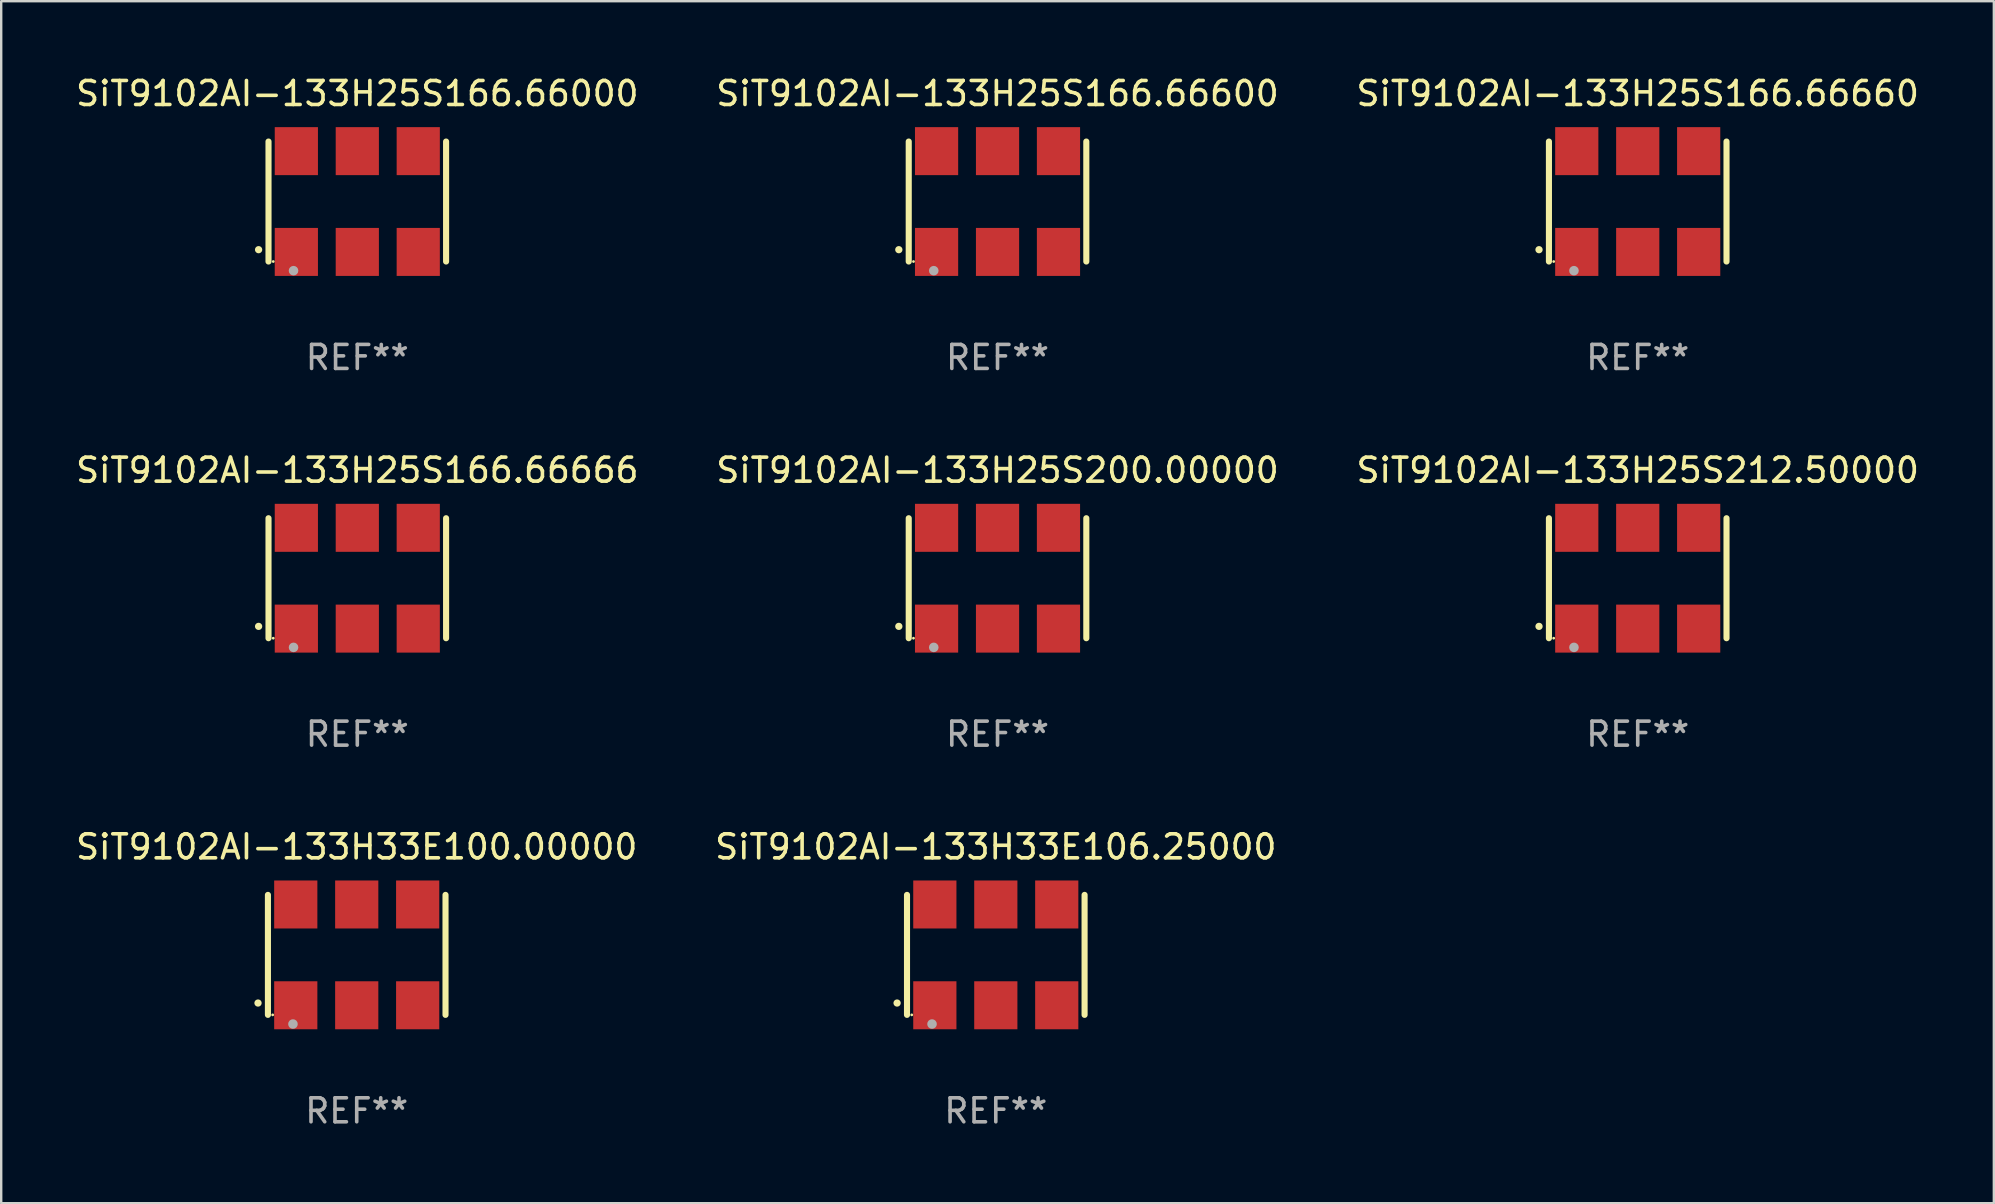
<source format=kicad_pcb>
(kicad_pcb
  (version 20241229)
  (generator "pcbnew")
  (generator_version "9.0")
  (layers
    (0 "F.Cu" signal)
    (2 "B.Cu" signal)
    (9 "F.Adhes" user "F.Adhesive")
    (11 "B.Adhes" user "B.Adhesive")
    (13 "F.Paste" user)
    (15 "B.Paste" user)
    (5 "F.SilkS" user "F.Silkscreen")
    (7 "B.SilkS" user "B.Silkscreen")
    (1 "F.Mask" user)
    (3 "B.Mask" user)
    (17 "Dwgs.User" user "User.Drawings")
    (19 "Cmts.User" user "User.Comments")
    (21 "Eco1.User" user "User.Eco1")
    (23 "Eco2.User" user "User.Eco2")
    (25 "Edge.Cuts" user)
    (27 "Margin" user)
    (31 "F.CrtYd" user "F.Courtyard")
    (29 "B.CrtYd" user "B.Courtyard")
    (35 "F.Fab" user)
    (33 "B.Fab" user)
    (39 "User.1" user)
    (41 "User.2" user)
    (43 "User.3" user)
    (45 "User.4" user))
  (footprint "SiT9102AI-133H33E106.25000"
    (layer "F.Cu")
    (at 38.446 36.741)
    (property "Reference" "SiT9102AI-133H33E106.25000" (at 0 -4.5 0) (layer "F.SilkS") (effects (font (size 1 1) (thickness 0.15))))
    (attr through_hole)
    (fp_line (start -3.7 -2.5) (end -3.7 2.5) (stroke (width 0.254) (type solid)) (layer "F.SilkS"))
    (fp_line (start 3.7 -2.5) (end 3.7 2.5) (stroke (width 0.254) (type solid)) (layer "F.SilkS"))
    (fp_arc (start -4.114415 2.006604) (mid -4.113145 2.006599) (end -4.111875 2.006604) (stroke (width 0.3) (type solid)) (layer "F.SilkS"))
    (fp_circle (center -3.502 2.5) (end -3.472 2.5) (stroke (width 0.06) (type solid)) (fill no) (layer "F.SilkS"))
    (fp_circle (center -2.657 2.882) (end -2.557 2.882) (stroke (width 0.2) (type solid)) (fill no) (layer "F.Fab"))
    (fp_text user "REF**" (at 0 6.5 0) (layer "F.Fab") (effects (font (size 1 1) (thickness 0.15))))
    (pad "1" smd rect (at -2.54 2.1) (size 1.8 2) (layers "F.Cu" "F.Mask" "F.Paste"))
    (pad "2" smd rect (at 0.000394 2.1) (size 1.8 2) (layers "F.Cu" "F.Mask" "F.Paste"))
    (pad "3" smd rect (at 2.54 2.1) (size 1.8 2) (layers "F.Cu" "F.Mask" "F.Paste"))
    (pad "4" smd rect (at 2.54 -2.1) (size 1.8 2) (layers "F.Cu" "F.Mask" "F.Paste"))
    (pad "5" smd rect (at 0.000394 -2.1) (size 1.8 2) (layers "F.Cu" "F.Mask" "F.Paste"))
    (pad "6" smd rect (at -2.54 -2.1) (size 1.8 2) (layers "F.Cu" "F.Mask" "F.Paste")))
  (footprint "SiT9102AI-133H25S166.66666"
    (layer "F.Cu")
    (at 11.839 21.045)
    (property "Reference" "SiT9102AI-133H25S166.66666" (at 0 -4.5 0) (layer "F.SilkS") (effects (font (size 1 1) (thickness 0.15))))
    (attr through_hole)
    (fp_line (start -3.7 -2.5) (end -3.7 2.5) (stroke (width 0.254) (type solid)) (layer "F.SilkS"))
    (fp_line (start 3.7 -2.5) (end 3.7 2.5) (stroke (width 0.254) (type solid)) (layer "F.SilkS"))
    (fp_arc (start -4.114415 2.006604) (mid -4.113145 2.006599) (end -4.111875 2.006604) (stroke (width 0.3) (type solid)) (layer "F.SilkS"))
    (fp_circle (center -3.502 2.5) (end -3.472 2.5) (stroke (width 0.06) (type solid)) (fill no) (layer "F.SilkS"))
    (fp_circle (center -2.657 2.882) (end -2.557 2.882) (stroke (width 0.2) (type solid)) (fill no) (layer "F.Fab"))
    (fp_text user "REF**" (at 0 6.5 0) (layer "F.Fab") (effects (font (size 1 1) (thickness 0.15))))
    (pad "1" smd rect (at -2.54 2.1) (size 1.8 2) (layers "F.Cu" "F.Mask" "F.Paste"))
    (pad "2" smd rect (at 0.000394 2.1) (size 1.8 2) (layers "F.Cu" "F.Mask" "F.Paste"))
    (pad "3" smd rect (at 2.54 2.1) (size 1.8 2) (layers "F.Cu" "F.Mask" "F.Paste"))
    (pad "4" smd rect (at 2.54 -2.1) (size 1.8 2) (layers "F.Cu" "F.Mask" "F.Paste"))
    (pad "5" smd rect (at 0.000394 -2.1) (size 1.8 2) (layers "F.Cu" "F.Mask" "F.Paste"))
    (pad "6" smd rect (at -2.54 -2.1) (size 1.8 2) (layers "F.Cu" "F.Mask" "F.Paste")))
  (footprint "SiT9102AI-133H25S166.66600"
    (layer "F.Cu")
    (at 38.518 5.348)
    (property "Reference" "SiT9102AI-133H25S166.66600" (at 0 -4.5 0) (layer "F.SilkS") (effects (font (size 1 1) (thickness 0.15))))
    (attr through_hole)
    (fp_line (start -3.7 -2.5) (end -3.7 2.5) (stroke (width 0.254) (type solid)) (layer "F.SilkS"))
    (fp_line (start 3.7 -2.5) (end 3.7 2.5) (stroke (width 0.254) (type solid)) (layer "F.SilkS"))
    (fp_arc (start -4.114415 2.006604) (mid -4.113145 2.006599) (end -4.111875 2.006604) (stroke (width 0.3) (type solid)) (layer "F.SilkS"))
    (fp_circle (center -3.502 2.5) (end -3.472 2.5) (stroke (width 0.06) (type solid)) (fill no) (layer "F.SilkS"))
    (fp_circle (center -2.657 2.882) (end -2.557 2.882) (stroke (width 0.2) (type solid)) (fill no) (layer "F.Fab"))
    (fp_text user "REF**" (at 0 6.5 0) (layer "F.Fab") (effects (font (size 1 1) (thickness 0.15))))
    (pad "1" smd rect (at -2.54 2.1) (size 1.8 2) (layers "F.Cu" "F.Mask" "F.Paste"))
    (pad "2" smd rect (at 0.000394 2.1) (size 1.8 2) (layers "F.Cu" "F.Mask" "F.Paste"))
    (pad "3" smd rect (at 2.54 2.1) (size 1.8 2) (layers "F.Cu" "F.Mask" "F.Paste"))
    (pad "4" smd rect (at 2.54 -2.1) (size 1.8 2) (layers "F.Cu" "F.Mask" "F.Paste"))
    (pad "5" smd rect (at 0.000394 -2.1) (size 1.8 2) (layers "F.Cu" "F.Mask" "F.Paste"))
    (pad "6" smd rect (at -2.54 -2.1) (size 1.8 2) (layers "F.Cu" "F.Mask" "F.Paste")))
  (footprint "SiT9102AI-133H25S212.50000"
    (layer "F.Cu")
    (at 65.196 21.045)
    (property "Reference" "SiT9102AI-133H25S212.50000" (at 0 -4.5 0) (layer "F.SilkS") (effects (font (size 1 1) (thickness 0.15))))
    (attr through_hole)
    (fp_line (start -3.7 -2.5) (end -3.7 2.5) (stroke (width 0.254) (type solid)) (layer "F.SilkS"))
    (fp_line (start 3.7 -2.5) (end 3.7 2.5) (stroke (width 0.254) (type solid)) (layer "F.SilkS"))
    (fp_arc (start -4.114415 2.006604) (mid -4.113145 2.006599) (end -4.111875 2.006604) (stroke (width 0.3) (type solid)) (layer "F.SilkS"))
    (fp_circle (center -3.502 2.5) (end -3.472 2.5) (stroke (width 0.06) (type solid)) (fill no) (layer "F.SilkS"))
    (fp_circle (center -2.657 2.882) (end -2.557 2.882) (stroke (width 0.2) (type solid)) (fill no) (layer "F.Fab"))
    (fp_text user "REF**" (at 0 6.5 0) (layer "F.Fab") (effects (font (size 1 1) (thickness 0.15))))
    (pad "1" smd rect (at -2.54 2.1) (size 1.8 2) (layers "F.Cu" "F.Mask" "F.Paste"))
    (pad "2" smd rect (at 0.000394 2.1) (size 1.8 2) (layers "F.Cu" "F.Mask" "F.Paste"))
    (pad "3" smd rect (at 2.54 2.1) (size 1.8 2) (layers "F.Cu" "F.Mask" "F.Paste"))
    (pad "4" smd rect (at 2.54 -2.1) (size 1.8 2) (layers "F.Cu" "F.Mask" "F.Paste"))
    (pad "5" smd rect (at 0.000394 -2.1) (size 1.8 2) (layers "F.Cu" "F.Mask" "F.Paste"))
    (pad "6" smd rect (at -2.54 -2.1) (size 1.8 2) (layers "F.Cu" "F.Mask" "F.Paste")))
  (footprint "SiT9102AI-133H25S166.66000"
    (layer "F.Cu")
    (at 11.839 5.348)
    (property "Reference" "SiT9102AI-133H25S166.66000" (at 0 -4.5 0) (layer "F.SilkS") (effects (font (size 1 1) (thickness 0.15))))
    (attr through_hole)
    (fp_line (start -3.7 -2.5) (end -3.7 2.5) (stroke (width 0.254) (type solid)) (layer "F.SilkS"))
    (fp_line (start 3.7 -2.5) (end 3.7 2.5) (stroke (width 0.254) (type solid)) (layer "F.SilkS"))
    (fp_arc (start -4.114415 2.006604) (mid -4.113145 2.006599) (end -4.111875 2.006604) (stroke (width 0.3) (type solid)) (layer "F.SilkS"))
    (fp_circle (center -3.502 2.5) (end -3.472 2.5) (stroke (width 0.06) (type solid)) (fill no) (layer "F.SilkS"))
    (fp_circle (center -2.657 2.882) (end -2.557 2.882) (stroke (width 0.2) (type solid)) (fill no) (layer "F.Fab"))
    (fp_text user "REF**" (at 0 6.5 0) (layer "F.Fab") (effects (font (size 1 1) (thickness 0.15))))
    (pad "1" smd rect (at -2.54 2.1) (size 1.8 2) (layers "F.Cu" "F.Mask" "F.Paste"))
    (pad "2" smd rect (at 0.000394 2.1) (size 1.8 2) (layers "F.Cu" "F.Mask" "F.Paste"))
    (pad "3" smd rect (at 2.54 2.1) (size 1.8 2) (layers "F.Cu" "F.Mask" "F.Paste"))
    (pad "4" smd rect (at 2.54 -2.1) (size 1.8 2) (layers "F.Cu" "F.Mask" "F.Paste"))
    (pad "5" smd rect (at 0.000394 -2.1) (size 1.8 2) (layers "F.Cu" "F.Mask" "F.Paste"))
    (pad "6" smd rect (at -2.54 -2.1) (size 1.8 2) (layers "F.Cu" "F.Mask" "F.Paste")))
  (footprint "SiT9102AI-133H33E100.00000"
    (layer "F.Cu")
    (at 11.815 36.741)
    (property "Reference" "SiT9102AI-133H33E100.00000" (at 0 -4.5 0) (layer "F.SilkS") (effects (font (size 1 1) (thickness 0.15))))
    (attr through_hole)
    (fp_line (start -3.7 -2.5) (end -3.7 2.5) (stroke (width 0.254) (type solid)) (layer "F.SilkS"))
    (fp_line (start 3.7 -2.5) (end 3.7 2.5) (stroke (width 0.254) (type solid)) (layer "F.SilkS"))
    (fp_arc (start -4.114415 2.006604) (mid -4.113145 2.006599) (end -4.111875 2.006604) (stroke (width 0.3) (type solid)) (layer "F.SilkS"))
    (fp_circle (center -3.502 2.5) (end -3.472 2.5) (stroke (width 0.06) (type solid)) (fill no) (layer "F.SilkS"))
    (fp_circle (center -2.657 2.882) (end -2.557 2.882) (stroke (width 0.2) (type solid)) (fill no) (layer "F.Fab"))
    (fp_text user "REF**" (at 0 6.5 0) (layer "F.Fab") (effects (font (size 1 1) (thickness 0.15))))
    (pad "1" smd rect (at -2.54 2.1) (size 1.8 2) (layers "F.Cu" "F.Mask" "F.Paste"))
    (pad "2" smd rect (at 0.000394 2.1) (size 1.8 2) (layers "F.Cu" "F.Mask" "F.Paste"))
    (pad "3" smd rect (at 2.54 2.1) (size 1.8 2) (layers "F.Cu" "F.Mask" "F.Paste"))
    (pad "4" smd rect (at 2.54 -2.1) (size 1.8 2) (layers "F.Cu" "F.Mask" "F.Paste"))
    (pad "5" smd rect (at 0.000394 -2.1) (size 1.8 2) (layers "F.Cu" "F.Mask" "F.Paste"))
    (pad "6" smd rect (at -2.54 -2.1) (size 1.8 2) (layers "F.Cu" "F.Mask" "F.Paste")))
  (footprint "SiT9102AI-133H25S200.00000"
    (layer "F.Cu")
    (at 38.518 21.045)
    (property "Reference" "SiT9102AI-133H25S200.00000" (at 0 -4.5 0) (layer "F.SilkS") (effects (font (size 1 1) (thickness 0.15))))
    (attr through_hole)
    (fp_line (start -3.7 -2.5) (end -3.7 2.5) (stroke (width 0.254) (type solid)) (layer "F.SilkS"))
    (fp_line (start 3.7 -2.5) (end 3.7 2.5) (stroke (width 0.254) (type solid)) (layer "F.SilkS"))
    (fp_arc (start -4.114415 2.006604) (mid -4.113145 2.006599) (end -4.111875 2.006604) (stroke (width 0.3) (type solid)) (layer "F.SilkS"))
    (fp_circle (center -3.502 2.5) (end -3.472 2.5) (stroke (width 0.06) (type solid)) (fill no) (layer "F.SilkS"))
    (fp_circle (center -2.657 2.882) (end -2.557 2.882) (stroke (width 0.2) (type solid)) (fill no) (layer "F.Fab"))
    (fp_text user "REF**" (at 0 6.5 0) (layer "F.Fab") (effects (font (size 1 1) (thickness 0.15))))
    (pad "1" smd rect (at -2.54 2.1) (size 1.8 2) (layers "F.Cu" "F.Mask" "F.Paste"))
    (pad "2" smd rect (at 0.000394 2.1) (size 1.8 2) (layers "F.Cu" "F.Mask" "F.Paste"))
    (pad "3" smd rect (at 2.54 2.1) (size 1.8 2) (layers "F.Cu" "F.Mask" "F.Paste"))
    (pad "4" smd rect (at 2.54 -2.1) (size 1.8 2) (layers "F.Cu" "F.Mask" "F.Paste"))
    (pad "5" smd rect (at 0.000394 -2.1) (size 1.8 2) (layers "F.Cu" "F.Mask" "F.Paste"))
    (pad "6" smd rect (at -2.54 -2.1) (size 1.8 2) (layers "F.Cu" "F.Mask" "F.Paste")))
  (footprint "SiT9102AI-133H25S166.66660"
    (layer "F.Cu")
    (at 65.196 5.348)
    (property "Reference" "SiT9102AI-133H25S166.66660" (at 0 -4.5 0) (layer "F.SilkS") (effects (font (size 1 1) (thickness 0.15))))
    (attr through_hole)
    (fp_line (start -3.7 -2.5) (end -3.7 2.5) (stroke (width 0.254) (type solid)) (layer "F.SilkS"))
    (fp_line (start 3.7 -2.5) (end 3.7 2.5) (stroke (width 0.254) (type solid)) (layer "F.SilkS"))
    (fp_arc (start -4.114415 2.006604) (mid -4.113145 2.006599) (end -4.111875 2.006604) (stroke (width 0.3) (type solid)) (layer "F.SilkS"))
    (fp_circle (center -3.502 2.5) (end -3.472 2.5) (stroke (width 0.06) (type solid)) (fill no) (layer "F.SilkS"))
    (fp_circle (center -2.657 2.882) (end -2.557 2.882) (stroke (width 0.2) (type solid)) (fill no) (layer "F.Fab"))
    (fp_text user "REF**" (at 0 6.5 0) (layer "F.Fab") (effects (font (size 1 1) (thickness 0.15))))
    (pad "1" smd rect (at -2.54 2.1) (size 1.8 2) (layers "F.Cu" "F.Mask" "F.Paste"))
    (pad "2" smd rect (at 0.000394 2.1) (size 1.8 2) (layers "F.Cu" "F.Mask" "F.Paste"))
    (pad "3" smd rect (at 2.54 2.1) (size 1.8 2) (layers "F.Cu" "F.Mask" "F.Paste"))
    (pad "4" smd rect (at 2.54 -2.1) (size 1.8 2) (layers "F.Cu" "F.Mask" "F.Paste"))
    (pad "5" smd rect (at 0.000394 -2.1) (size 1.8 2) (layers "F.Cu" "F.Mask" "F.Paste"))
    (pad "6" smd rect (at -2.54 -2.1) (size 1.8 2) (layers "F.Cu" "F.Mask" "F.Paste")))
  (gr_rect
    (start -3 -3)
    (end 80.036 47.09)
    (stroke (width 0.1) (type default))
    (fill no)
    (layer "Edge.Cuts")))
</source>
